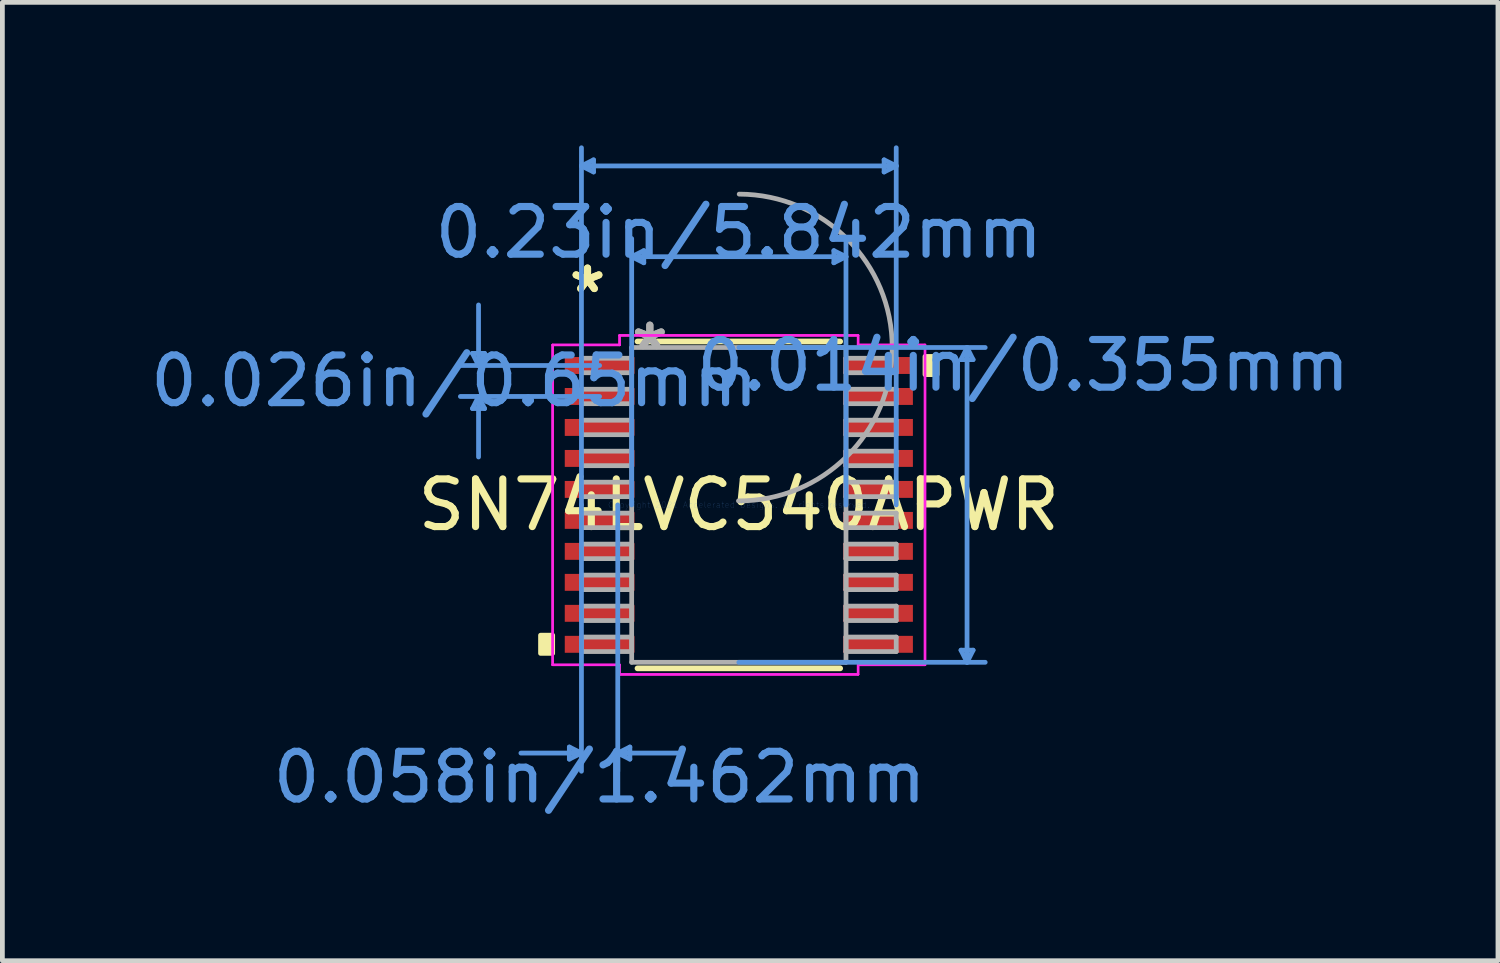
<source format=kicad_pcb>
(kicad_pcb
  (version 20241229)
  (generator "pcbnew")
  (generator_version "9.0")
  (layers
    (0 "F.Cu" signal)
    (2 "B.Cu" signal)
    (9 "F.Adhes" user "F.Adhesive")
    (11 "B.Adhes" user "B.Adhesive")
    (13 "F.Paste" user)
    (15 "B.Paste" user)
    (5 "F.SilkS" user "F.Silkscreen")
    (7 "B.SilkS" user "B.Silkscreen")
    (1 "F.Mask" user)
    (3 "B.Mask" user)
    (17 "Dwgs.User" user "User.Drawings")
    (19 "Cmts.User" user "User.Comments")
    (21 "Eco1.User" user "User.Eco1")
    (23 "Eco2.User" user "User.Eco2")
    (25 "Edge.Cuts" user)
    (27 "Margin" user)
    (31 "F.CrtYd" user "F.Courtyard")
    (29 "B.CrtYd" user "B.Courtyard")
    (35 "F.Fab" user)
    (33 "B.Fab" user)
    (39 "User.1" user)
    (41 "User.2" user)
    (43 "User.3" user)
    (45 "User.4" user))
  (footprint "SN74LVC540APWR"
    (layer "F.Cu")
    (at 12.451 7.543)
    (property "Reference" "SN74LVC540APWR" (at 0 0 0) (layer "F.SilkS") (effects (font (size 1 1) (thickness 0.15))))
    (attr through_hole)
    (fp_line (start -2.126 3.429) (end 2.126 3.429) (stroke (width 0.12) (type solid)) (layer "F.SilkS"))
    (fp_line (start 2.126 -3.429) (end -2.126 -3.429) (stroke (width 0.12) (type solid)) (layer "F.SilkS"))
    (fp_poly (pts (xy -4.16 2.734) (xy -4.16 3.115) (xy -3.906 3.115) (xy -3.906 2.734)) (stroke (width 0.1) (type solid)) (fill yes) (layer "F.SilkS"))
    (fp_poly (pts (xy 4.16 -3.115) (xy 4.16 -2.734) (xy 3.906 -2.734) (xy 3.906 -3.115)) (stroke (width 0.1) (type solid)) (fill yes) (layer "F.SilkS"))
    (fp_line (start -5.588 -3.179) (end -5.334 -3.179) (stroke (width 0.1) (type solid)) (layer "Cmts.User"))
    (fp_line (start -5.588 -2.021) (end -5.334 -2.021) (stroke (width 0.1) (type solid)) (layer "Cmts.User"))
    (fp_line (start -5.461 -2.925) (end -5.588 -3.179) (stroke (width 0.1) (type solid)) (layer "Cmts.User"))
    (fp_line (start -5.461 -2.925) (end -5.461 -4.195) (stroke (width 0.1) (type solid)) (layer "Cmts.User"))
    (fp_line (start -5.461 -2.925) (end -5.334 -3.179) (stroke (width 0.1) (type solid)) (layer "Cmts.User"))
    (fp_line (start -5.461 -2.275) (end -5.588 -2.021) (stroke (width 0.1) (type solid)) (layer "Cmts.User"))
    (fp_line (start -5.461 -2.275) (end -5.461 -1.005) (stroke (width 0.1) (type solid)) (layer "Cmts.User"))
    (fp_line (start -5.461 -2.275) (end -5.334 -2.021) (stroke (width 0.1) (type solid)) (layer "Cmts.User"))
    (fp_line (start -3.556 5.08) (end -3.556 5.334) (stroke (width 0.1) (type solid)) (layer "Cmts.User"))
    (fp_line (start -3.302 -7.112) (end -3.048 -7.239) (stroke (width 0.1) (type solid)) (layer "Cmts.User"))
    (fp_line (start -3.302 -7.112) (end -3.048 -6.985) (stroke (width 0.1) (type solid)) (layer "Cmts.User"))
    (fp_line (start -3.302 -7.112) (end 3.302 -7.112) (stroke (width 0.1) (type solid)) (layer "Cmts.User"))
    (fp_line (start -3.302 0) (end -3.302 -7.493) (stroke (width 0.1) (type solid)) (layer "Cmts.User"))
    (fp_line (start -3.302 0) (end -3.302 5.588) (stroke (width 0.1) (type solid)) (layer "Cmts.User"))
    (fp_line (start -3.302 5.207) (end -4.572 5.207) (stroke (width 0.1) (type solid)) (layer "Cmts.User"))
    (fp_line (start -3.302 5.207) (end -3.556 5.08) (stroke (width 0.1) (type solid)) (layer "Cmts.User"))
    (fp_line (start -3.302 5.207) (end -3.556 5.334) (stroke (width 0.1) (type solid)) (layer "Cmts.User"))
    (fp_line (start -3.048 -7.239) (end -3.048 -6.985) (stroke (width 0.1) (type solid)) (layer "Cmts.User"))
    (fp_line (start -2.921 -2.925) (end -5.842 -2.925) (stroke (width 0.1) (type solid)) (layer "Cmts.User"))
    (fp_line (start -2.921 -2.275) (end -5.842 -2.275) (stroke (width 0.1) (type solid)) (layer "Cmts.User"))
    (fp_line (start -2.54 0) (end -2.54 5.588) (stroke (width 0.1) (type solid)) (layer "Cmts.User"))
    (fp_line (start -2.54 5.207) (end -2.286 5.08) (stroke (width 0.1) (type solid)) (layer "Cmts.User"))
    (fp_line (start -2.54 5.207) (end -2.286 5.334) (stroke (width 0.1) (type solid)) (layer "Cmts.User"))
    (fp_line (start -2.54 5.207) (end -1.27 5.207) (stroke (width 0.1) (type solid)) (layer "Cmts.User"))
    (fp_line (start -2.286 5.08) (end -2.286 5.334) (stroke (width 0.1) (type solid)) (layer "Cmts.User"))
    (fp_line (start -2.248 -5.207) (end -1.994 -5.334) (stroke (width 0.1) (type solid)) (layer "Cmts.User"))
    (fp_line (start -2.248 -5.207) (end -1.994 -5.08) (stroke (width 0.1) (type solid)) (layer "Cmts.User"))
    (fp_line (start -2.248 -5.207) (end 2.248 -5.207) (stroke (width 0.1) (type solid)) (layer "Cmts.User"))
    (fp_line (start -2.248 0) (end -2.248 -5.588) (stroke (width 0.1) (type solid)) (layer "Cmts.User"))
    (fp_line (start -1.994 -5.334) (end -1.994 -5.08) (stroke (width 0.1) (type solid)) (layer "Cmts.User"))
    (fp_line (start 0 -3.302) (end 5.169 -3.302) (stroke (width 0.1) (type solid)) (layer "Cmts.User"))
    (fp_line (start 0 3.302) (end 5.169 3.302) (stroke (width 0.1) (type solid)) (layer "Cmts.User"))
    (fp_line (start 1.994 -5.334) (end 1.994 -5.08) (stroke (width 0.1) (type solid)) (layer "Cmts.User"))
    (fp_line (start 2.248 -5.207) (end 1.994 -5.334) (stroke (width 0.1) (type solid)) (layer "Cmts.User"))
    (fp_line (start 2.248 -5.207) (end 1.994 -5.08) (stroke (width 0.1) (type solid)) (layer "Cmts.User"))
    (fp_line (start 2.248 0) (end 2.248 -5.588) (stroke (width 0.1) (type solid)) (layer "Cmts.User"))
    (fp_line (start 3.048 -7.239) (end 3.048 -6.985) (stroke (width 0.1) (type solid)) (layer "Cmts.User"))
    (fp_line (start 3.302 -7.112) (end 3.048 -7.239) (stroke (width 0.1) (type solid)) (layer "Cmts.User"))
    (fp_line (start 3.302 -7.112) (end 3.048 -6.985) (stroke (width 0.1) (type solid)) (layer "Cmts.User"))
    (fp_line (start 3.302 0) (end 3.302 -7.493) (stroke (width 0.1) (type solid)) (layer "Cmts.User"))
    (fp_line (start 4.661 -3.048) (end 4.915 -3.048) (stroke (width 0.1) (type solid)) (layer "Cmts.User"))
    (fp_line (start 4.661 3.048) (end 4.915 3.048) (stroke (width 0.1) (type solid)) (layer "Cmts.User"))
    (fp_line (start 4.788 -3.302) (end 4.661 -3.048) (stroke (width 0.1) (type solid)) (layer "Cmts.User"))
    (fp_line (start 4.788 -3.302) (end 4.788 3.302) (stroke (width 0.1) (type solid)) (layer "Cmts.User"))
    (fp_line (start 4.788 -3.302) (end 4.915 -3.048) (stroke (width 0.1) (type solid)) (layer "Cmts.User"))
    (fp_line (start 4.788 3.302) (end 4.661 3.048) (stroke (width 0.1) (type solid)) (layer "Cmts.User"))
    (fp_line (start 4.788 3.302) (end 4.915 3.048) (stroke (width 0.1) (type solid)) (layer "Cmts.User"))
    (fp_line (start -3.906 -3.356) (end -2.502 -3.356) (stroke (width 0.05) (type solid)) (layer "F.CrtYd"))
    (fp_line (start -3.906 -3.356) (end -2.502 -3.356) (stroke (width 0.05) (type solid)) (layer "F.CrtYd"))
    (fp_line (start -3.906 3.356) (end -3.906 -3.356) (stroke (width 0.05) (type solid)) (layer "F.CrtYd"))
    (fp_line (start -3.906 3.356) (end -3.906 -3.356) (stroke (width 0.05) (type solid)) (layer "F.CrtYd"))
    (fp_line (start -3.906 3.356) (end -2.502 3.356) (stroke (width 0.05) (type solid)) (layer "F.CrtYd"))
    (fp_line (start -2.502 -3.556) (end 2.502 -3.556) (stroke (width 0.05) (type solid)) (layer "F.CrtYd"))
    (fp_line (start -2.502 -3.556) (end 2.502 -3.556) (stroke (width 0.05) (type solid)) (layer "F.CrtYd"))
    (fp_line (start -2.502 -3.356) (end -2.502 -3.556) (stroke (width 0.05) (type solid)) (layer "F.CrtYd"))
    (fp_line (start -2.502 -3.356) (end -2.502 -3.556) (stroke (width 0.05) (type solid)) (layer "F.CrtYd"))
    (fp_line (start -2.502 3.356) (end -3.906 3.356) (stroke (width 0.05) (type solid)) (layer "F.CrtYd"))
    (fp_line (start -2.502 3.556) (end -2.502 3.356) (stroke (width 0.05) (type solid)) (layer "F.CrtYd"))
    (fp_line (start -2.502 3.556) (end -2.502 3.356) (stroke (width 0.05) (type solid)) (layer "F.CrtYd"))
    (fp_line (start 2.502 -3.556) (end 2.502 -3.356) (stroke (width 0.05) (type solid)) (layer "F.CrtYd"))
    (fp_line (start 2.502 -3.556) (end 2.502 -3.356) (stroke (width 0.05) (type solid)) (layer "F.CrtYd"))
    (fp_line (start 2.502 -3.356) (end 3.906 -3.356) (stroke (width 0.05) (type solid)) (layer "F.CrtYd"))
    (fp_line (start 2.502 3.356) (end 2.502 3.556) (stroke (width 0.05) (type solid)) (layer "F.CrtYd"))
    (fp_line (start 2.502 3.356) (end 2.502 3.556) (stroke (width 0.05) (type solid)) (layer "F.CrtYd"))
    (fp_line (start 2.502 3.556) (end -2.502 3.556) (stroke (width 0.05) (type solid)) (layer "F.CrtYd"))
    (fp_line (start 2.502 3.556) (end -2.502 3.556) (stroke (width 0.05) (type solid)) (layer "F.CrtYd"))
    (fp_line (start 3.906 -3.356) (end 2.502 -3.356) (stroke (width 0.05) (type solid)) (layer "F.CrtYd"))
    (fp_line (start 3.906 -3.356) (end 3.906 3.356) (stroke (width 0.05) (type solid)) (layer "F.CrtYd"))
    (fp_line (start 3.906 -3.356) (end 3.906 3.356) (stroke (width 0.05) (type solid)) (layer "F.CrtYd"))
    (fp_line (start 3.906 3.356) (end 2.502 3.356) (stroke (width 0.05) (type solid)) (layer "F.CrtYd"))
    (fp_line (start 3.906 3.356) (end 2.502 3.356) (stroke (width 0.05) (type solid)) (layer "F.CrtYd"))
    (fp_line (start -3.302 -3.077) (end -3.302 -2.773) (stroke (width 0.1) (type solid)) (layer "F.Fab"))
    (fp_line (start -3.302 -2.773) (end -2.248 -2.773) (stroke (width 0.1) (type solid)) (layer "F.Fab"))
    (fp_line (start -3.302 -2.427) (end -3.302 -2.123) (stroke (width 0.1) (type solid)) (layer "F.Fab"))
    (fp_line (start -3.302 -2.123) (end -2.248 -2.123) (stroke (width 0.1) (type solid)) (layer "F.Fab"))
    (fp_line (start -3.302 -1.777) (end -3.302 -1.473) (stroke (width 0.1) (type solid)) (layer "F.Fab"))
    (fp_line (start -3.302 -1.473) (end -2.248 -1.473) (stroke (width 0.1) (type solid)) (layer "F.Fab"))
    (fp_line (start -3.302 -1.127) (end -3.302 -0.823) (stroke (width 0.1) (type solid)) (layer "F.Fab"))
    (fp_line (start -3.302 -0.823) (end -2.248 -0.823) (stroke (width 0.1) (type solid)) (layer "F.Fab"))
    (fp_line (start -3.302 -0.477) (end -3.302 -0.173) (stroke (width 0.1) (type solid)) (layer "F.Fab"))
    (fp_line (start -3.302 -0.173) (end -2.248 -0.173) (stroke (width 0.1) (type solid)) (layer "F.Fab"))
    (fp_line (start -3.302 0.173) (end -3.302 0.477) (stroke (width 0.1) (type solid)) (layer "F.Fab"))
    (fp_line (start -3.302 0.477) (end -2.248 0.477) (stroke (width 0.1) (type solid)) (layer "F.Fab"))
    (fp_line (start -3.302 0.823) (end -3.302 1.127) (stroke (width 0.1) (type solid)) (layer "F.Fab"))
    (fp_line (start -3.302 1.127) (end -2.248 1.127) (stroke (width 0.1) (type solid)) (layer "F.Fab"))
    (fp_line (start -3.302 1.473) (end -3.302 1.777) (stroke (width 0.1) (type solid)) (layer "F.Fab"))
    (fp_line (start -3.302 1.777) (end -2.248 1.777) (stroke (width 0.1) (type solid)) (layer "F.Fab"))
    (fp_line (start -3.302 2.123) (end -3.302 2.427) (stroke (width 0.1) (type solid)) (layer "F.Fab"))
    (fp_line (start -3.302 2.427) (end -2.248 2.427) (stroke (width 0.1) (type solid)) (layer "F.Fab"))
    (fp_line (start -3.302 2.773) (end -3.302 3.077) (stroke (width 0.1) (type solid)) (layer "F.Fab"))
    (fp_line (start -3.302 3.077) (end -2.248 3.077) (stroke (width 0.1) (type solid)) (layer "F.Fab"))
    (fp_line (start -2.248 -3.302) (end -2.248 3.302) (stroke (width 0.1) (type solid)) (layer "F.Fab"))
    (fp_line (start -2.248 -3.077) (end -3.302 -3.077) (stroke (width 0.1) (type solid)) (layer "F.Fab"))
    (fp_line (start -2.248 -2.773) (end -2.248 -3.077) (stroke (width 0.1) (type solid)) (layer "F.Fab"))
    (fp_line (start -2.248 -2.427) (end -3.302 -2.427) (stroke (width 0.1) (type solid)) (layer "F.Fab"))
    (fp_line (start -2.248 -2.123) (end -2.248 -2.427) (stroke (width 0.1) (type solid)) (layer "F.Fab"))
    (fp_line (start -2.248 -1.777) (end -3.302 -1.777) (stroke (width 0.1) (type solid)) (layer "F.Fab"))
    (fp_line (start -2.248 -1.473) (end -2.248 -1.777) (stroke (width 0.1) (type solid)) (layer "F.Fab"))
    (fp_line (start -2.248 -1.127) (end -3.302 -1.127) (stroke (width 0.1) (type solid)) (layer "F.Fab"))
    (fp_line (start -2.248 -0.823) (end -2.248 -1.127) (stroke (width 0.1) (type solid)) (layer "F.Fab"))
    (fp_line (start -2.248 -0.477) (end -3.302 -0.477) (stroke (width 0.1) (type solid)) (layer "F.Fab"))
    (fp_line (start -2.248 -0.173) (end -2.248 -0.477) (stroke (width 0.1) (type solid)) (layer "F.Fab"))
    (fp_line (start -2.248 0.173) (end -3.302 0.173) (stroke (width 0.1) (type solid)) (layer "F.Fab"))
    (fp_line (start -2.248 0.477) (end -2.248 0.173) (stroke (width 0.1) (type solid)) (layer "F.Fab"))
    (fp_line (start -2.248 0.823) (end -3.302 0.823) (stroke (width 0.1) (type solid)) (layer "F.Fab"))
    (fp_line (start -2.248 1.127) (end -2.248 0.823) (stroke (width 0.1) (type solid)) (layer "F.Fab"))
    (fp_line (start -2.248 1.473) (end -3.302 1.473) (stroke (width 0.1) (type solid)) (layer "F.Fab"))
    (fp_line (start -2.248 1.777) (end -2.248 1.473) (stroke (width 0.1) (type solid)) (layer "F.Fab"))
    (fp_line (start -2.248 2.123) (end -3.302 2.123) (stroke (width 0.1) (type solid)) (layer "F.Fab"))
    (fp_line (start -2.248 2.427) (end -2.248 2.123) (stroke (width 0.1) (type solid)) (layer "F.Fab"))
    (fp_line (start -2.248 2.773) (end -3.302 2.773) (stroke (width 0.1) (type solid)) (layer "F.Fab"))
    (fp_line (start -2.248 3.077) (end -2.248 2.773) (stroke (width 0.1) (type solid)) (layer "F.Fab"))
    (fp_line (start -2.248 3.302) (end 2.248 3.302) (stroke (width 0.1) (type solid)) (layer "F.Fab"))
    (fp_line (start 2.248 -3.302) (end -2.248 -3.302) (stroke (width 0.1) (type solid)) (layer "F.Fab"))
    (fp_line (start 2.248 -3.077) (end 2.248 -2.773) (stroke (width 0.1) (type solid)) (layer "F.Fab"))
    (fp_line (start 2.248 -2.773) (end 3.302 -2.773) (stroke (width 0.1) (type solid)) (layer "F.Fab"))
    (fp_line (start 2.248 -2.427) (end 2.248 -2.123) (stroke (width 0.1) (type solid)) (layer "F.Fab"))
    (fp_line (start 2.248 -2.123) (end 3.302 -2.123) (stroke (width 0.1) (type solid)) (layer "F.Fab"))
    (fp_line (start 2.248 -1.777) (end 2.248 -1.473) (stroke (width 0.1) (type solid)) (layer "F.Fab"))
    (fp_line (start 2.248 -1.473) (end 3.302 -1.473) (stroke (width 0.1) (type solid)) (layer "F.Fab"))
    (fp_line (start 2.248 -1.127) (end 2.248 -0.823) (stroke (width 0.1) (type solid)) (layer "F.Fab"))
    (fp_line (start 2.248 -0.823) (end 3.302 -0.823) (stroke (width 0.1) (type solid)) (layer "F.Fab"))
    (fp_line (start 2.248 -0.477) (end 2.248 -0.173) (stroke (width 0.1) (type solid)) (layer "F.Fab"))
    (fp_line (start 2.248 -0.173) (end 3.302 -0.173) (stroke (width 0.1) (type solid)) (layer "F.Fab"))
    (fp_line (start 2.248 0.173) (end 2.248 0.477) (stroke (width 0.1) (type solid)) (layer "F.Fab"))
    (fp_line (start 2.248 0.477) (end 3.302 0.477) (stroke (width 0.1) (type solid)) (layer "F.Fab"))
    (fp_line (start 2.248 0.823) (end 2.248 1.127) (stroke (width 0.1) (type solid)) (layer "F.Fab"))
    (fp_line (start 2.248 1.127) (end 3.302 1.127) (stroke (width 0.1) (type solid)) (layer "F.Fab"))
    (fp_line (start 2.248 1.473) (end 2.248 1.777) (stroke (width 0.1) (type solid)) (layer "F.Fab"))
    (fp_line (start 2.248 1.777) (end 3.302 1.777) (stroke (width 0.1) (type solid)) (layer "F.Fab"))
    (fp_line (start 2.248 2.123) (end 2.248 2.427) (stroke (width 0.1) (type solid)) (layer "F.Fab"))
    (fp_line (start 2.248 2.427) (end 3.302 2.427) (stroke (width 0.1) (type solid)) (layer "F.Fab"))
    (fp_line (start 2.248 2.773) (end 2.248 3.077) (stroke (width 0.1) (type solid)) (layer "F.Fab"))
    (fp_line (start 2.248 3.077) (end 3.302 3.077) (stroke (width 0.1) (type solid)) (layer "F.Fab"))
    (fp_line (start 2.248 3.302) (end 2.248 -3.302) (stroke (width 0.1) (type solid)) (layer "F.Fab"))
    (fp_line (start 3.302 -3.077) (end 2.248 -3.077) (stroke (width 0.1) (type solid)) (layer "F.Fab"))
    (fp_line (start 3.302 -2.773) (end 3.302 -3.077) (stroke (width 0.1) (type solid)) (layer "F.Fab"))
    (fp_line (start 3.302 -2.427) (end 2.248 -2.427) (stroke (width 0.1) (type solid)) (layer "F.Fab"))
    (fp_line (start 3.302 -2.123) (end 3.302 -2.427) (stroke (width 0.1) (type solid)) (layer "F.Fab"))
    (fp_line (start 3.302 -1.777) (end 2.248 -1.777) (stroke (width 0.1) (type solid)) (layer "F.Fab"))
    (fp_line (start 3.302 -1.473) (end 3.302 -1.777) (stroke (width 0.1) (type solid)) (layer "F.Fab"))
    (fp_line (start 3.302 -1.127) (end 2.248 -1.127) (stroke (width 0.1) (type solid)) (layer "F.Fab"))
    (fp_line (start 3.302 -0.823) (end 3.302 -1.127) (stroke (width 0.1) (type solid)) (layer "F.Fab"))
    (fp_line (start 3.302 -0.477) (end 2.248 -0.477) (stroke (width 0.1) (type solid)) (layer "F.Fab"))
    (fp_line (start 3.302 -0.173) (end 3.302 -0.477) (stroke (width 0.1) (type solid)) (layer "F.Fab"))
    (fp_line (start 3.302 0.173) (end 2.248 0.173) (stroke (width 0.1) (type solid)) (layer "F.Fab"))
    (fp_line (start 3.302 0.477) (end 3.302 0.173) (stroke (width 0.1) (type solid)) (layer "F.Fab"))
    (fp_line (start 3.302 0.823) (end 2.248 0.823) (stroke (width 0.1) (type solid)) (layer "F.Fab"))
    (fp_line (start 3.302 1.127) (end 3.302 0.823) (stroke (width 0.1) (type solid)) (layer "F.Fab"))
    (fp_line (start 3.302 1.473) (end 2.248 1.473) (stroke (width 0.1) (type solid)) (layer "F.Fab"))
    (fp_line (start 3.302 1.777) (end 3.302 1.473) (stroke (width 0.1) (type solid)) (layer "F.Fab"))
    (fp_line (start 3.302 2.123) (end 2.248 2.123) (stroke (width 0.1) (type solid)) (layer "F.Fab"))
    (fp_line (start 3.302 2.427) (end 3.302 2.123) (stroke (width 0.1) (type solid)) (layer "F.Fab"))
    (fp_line (start 3.302 2.773) (end 2.248 2.773) (stroke (width 0.1) (type solid)) (layer "F.Fab"))
    (fp_line (start 3.302 3.077) (end 3.302 2.773) (stroke (width 0.1) (type solid)) (layer "F.Fab"))
    (fp_arc (start 0.007742 -6.520129) (mid 3.218129 -3.294258) (end -0.007742 -0.083871) (stroke (width 0.1) (type solid)) (layer "F.Fab"))
    (fp_text user "*" (at -3.175 -4.423 0) (layer "F.SilkS") (effects (font (size 1 1) (thickness 0.15))))
    (fp_text user "*" (at -3.175 -4.423 0) (layer "F.SilkS") (effects (font (size 1 1) (thickness 0.15))))
    (fp_text user "0.014in/0.355mm" (at 5.969 -2.925 0) (layer "Cmts.User") (effects (font (size 1 1) (thickness 0.15))))
    (fp_text user "0.058in/1.462mm" (at -2.921 5.715 0) (layer "Cmts.User") (effects (font (size 1 1) (thickness 0.15))))
    (fp_text user "Copyright 2021 Accelerated Designs. All rights reserved." (at 0 0 0) (layer "Cmts.User") (effects (font (size 0.127 0.127) (thickness 0.002))))
    (fp_text user "0.026in/0.65mm" (at -5.969 -2.6 0) (layer "Cmts.User") (effects (font (size 1 1) (thickness 0.15))))
    (fp_text user "0.23in/5.842mm" (at 0 -5.715 0) (layer "Cmts.User") (effects (font (size 1 1) (thickness 0.15))))
    (fp_text user "*" (at -1.867 -3.226 0) (layer "F.Fab") (effects (font (size 1 1) (thickness 0.15))))
    (fp_text user "*" (at -1.867 -3.226 0) (layer "F.Fab") (effects (font (size 1 1) (thickness 0.15))))
    (pad "1" smd rect (at -2.921 -2.925) (size 1.462 0.355) (layers "F.Cu" "F.Mask" "F.Paste"))
    (pad "2" smd rect (at -2.921 -2.275) (size 1.462 0.355) (layers "F.Cu" "F.Mask" "F.Paste"))
    (pad "3" smd rect (at -2.921 -1.625) (size 1.462 0.355) (layers "F.Cu" "F.Mask" "F.Paste"))
    (pad "4" smd rect (at -2.921 -0.975) (size 1.462 0.355) (layers "F.Cu" "F.Mask" "F.Paste"))
    (pad "5" smd rect (at -2.921 -0.325) (size 1.462 0.355) (layers "F.Cu" "F.Mask" "F.Paste"))
    (pad "6" smd rect (at -2.921 0.325) (size 1.462 0.355) (layers "F.Cu" "F.Mask" "F.Paste"))
    (pad "7" smd rect (at -2.921 0.975) (size 1.462 0.355) (layers "F.Cu" "F.Mask" "F.Paste"))
    (pad "8" smd rect (at -2.921 1.625) (size 1.462 0.355) (layers "F.Cu" "F.Mask" "F.Paste"))
    (pad "9" smd rect (at -2.921 2.275) (size 1.462 0.355) (layers "F.Cu" "F.Mask" "F.Paste"))
    (pad "10" smd rect (at -2.921 2.925) (size 1.462 0.355) (layers "F.Cu" "F.Mask" "F.Paste"))
    (pad "11" smd rect (at 2.921 2.925) (size 1.462 0.355) (layers "F.Cu" "F.Mask" "F.Paste"))
    (pad "12" smd rect (at 2.921 2.275) (size 1.462 0.355) (layers "F.Cu" "F.Mask" "F.Paste"))
    (pad "13" smd rect (at 2.921 1.625) (size 1.462 0.355) (layers "F.Cu" "F.Mask" "F.Paste"))
    (pad "14" smd rect (at 2.921 0.975) (size 1.462 0.355) (layers "F.Cu" "F.Mask" "F.Paste"))
    (pad "15" smd rect (at 2.921 0.325) (size 1.462 0.355) (layers "F.Cu" "F.Mask" "F.Paste"))
    (pad "16" smd rect (at 2.921 -0.325) (size 1.462 0.355) (layers "F.Cu" "F.Mask" "F.Paste"))
    (pad "17" smd rect (at 2.921 -0.975) (size 1.462 0.355) (layers "F.Cu" "F.Mask" "F.Paste"))
    (pad "18" smd rect (at 2.921 -1.625) (size 1.462 0.355) (layers "F.Cu" "F.Mask" "F.Paste"))
    (pad "19" smd rect (at 2.921 -2.275) (size 1.462 0.355) (layers "F.Cu" "F.Mask" "F.Paste"))
    (pad "20" smd rect (at 2.921 -2.925) (size 1.462 0.355) (layers "F.Cu" "F.Mask" "F.Paste")))
  (gr_rect
    (start -3 -3)
    (end 28.378 17.106)
    (stroke (width 0.1) (type default))
    (fill no)
    (layer "Edge.Cuts")))
</source>
